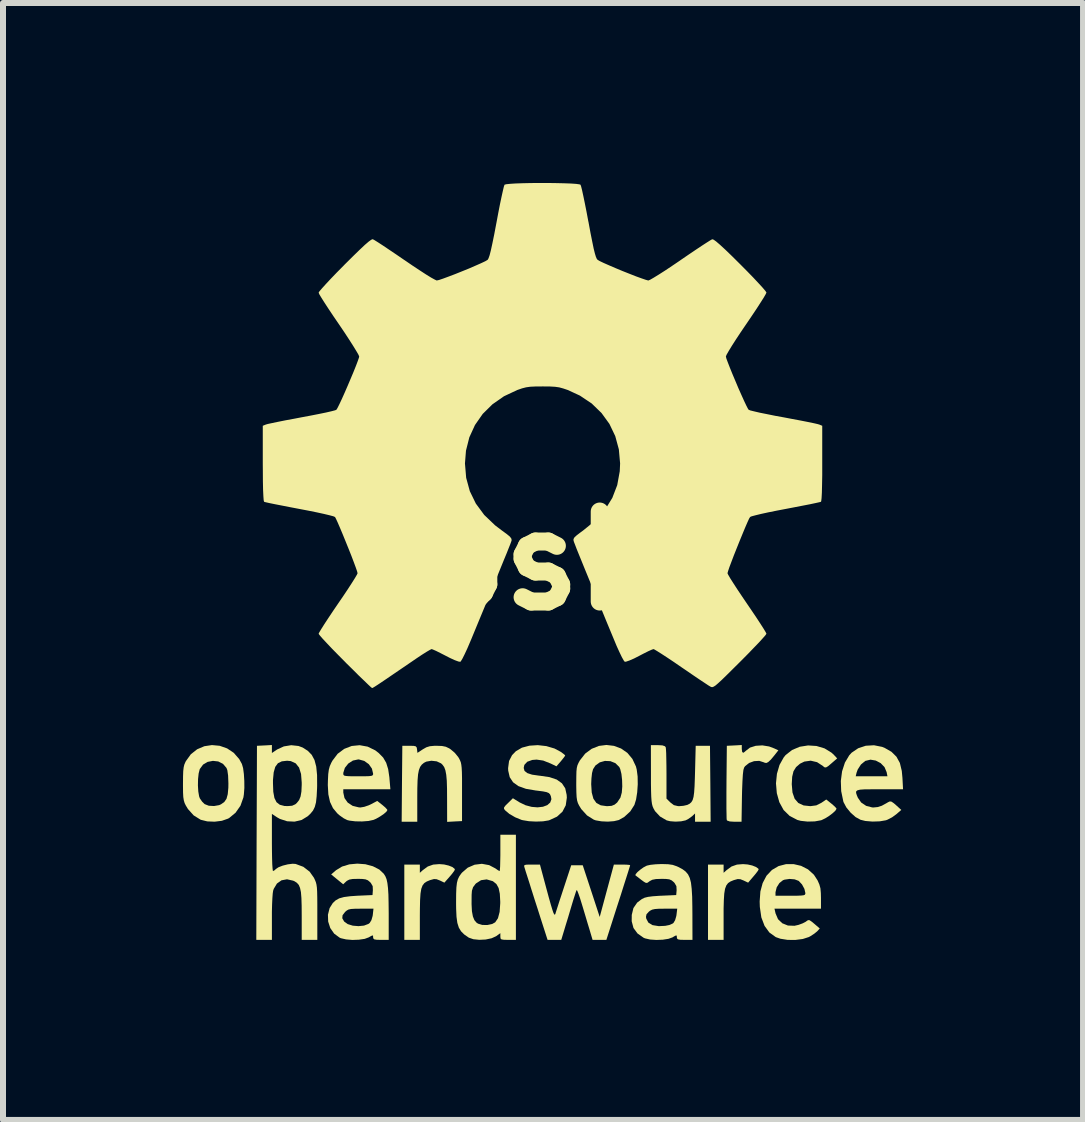
<source format=kicad_pcb>
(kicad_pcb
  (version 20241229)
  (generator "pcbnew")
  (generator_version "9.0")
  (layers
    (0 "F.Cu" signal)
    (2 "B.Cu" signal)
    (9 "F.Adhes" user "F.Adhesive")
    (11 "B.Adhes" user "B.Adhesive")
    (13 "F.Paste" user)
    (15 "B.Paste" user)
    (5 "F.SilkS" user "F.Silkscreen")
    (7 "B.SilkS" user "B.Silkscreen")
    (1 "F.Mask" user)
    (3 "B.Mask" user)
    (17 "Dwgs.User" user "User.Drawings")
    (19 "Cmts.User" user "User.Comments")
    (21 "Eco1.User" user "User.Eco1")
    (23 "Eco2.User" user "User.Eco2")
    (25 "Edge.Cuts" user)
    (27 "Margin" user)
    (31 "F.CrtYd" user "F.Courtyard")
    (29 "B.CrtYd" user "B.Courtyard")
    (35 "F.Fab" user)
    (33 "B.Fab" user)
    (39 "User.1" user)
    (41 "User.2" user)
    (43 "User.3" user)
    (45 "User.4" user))
  (footprint "osh"
    (layer "F.Cu")
    (at 5.982 6.298)
    (property "Reference" "osh" (at 0 0 0) (layer "F.SilkS") (effects (font (size 1.5 1.5) (thickness 0.3))))
    (attr board_only exclude_from_pos_files exclude_from_bom)
    (fp_poly (pts (xy -1.63 5.061) (xy -1.554 5.079) (xy -1.491 5.104) (xy -1.455 5.133) (xy -1.45 5.147) (xy -1.463 5.171) (xy -1.497 5.217) (xy -1.537 5.264) (xy -1.625 5.364) (xy -1.7 5.328) (xy -1.754 5.307) (xy -1.798 5.304) (xy -1.857 5.32) (xy -1.867 5.323) (xy -1.919 5.345) (xy -1.959 5.372) (xy -1.989 5.411) (xy -2.01 5.467) (xy -2.023 5.546) (xy -2.03 5.654) (xy -2.033 5.795) (xy -2.034 5.912) (xy -2.034 6.318) (xy -2.164 6.318) (xy -2.293 6.318) (xy -2.293 5.69) (xy -2.293 5.063) (xy -2.164 5.063) (xy -2.034 5.063) (xy -2.034 5.131) (xy -2.034 5.2) (xy -1.985 5.156) (xy -1.902 5.095) (xy -1.811 5.063) (xy -1.709 5.055)) (stroke (width 0) (type solid)) (fill yes) (layer "F.SilkS"))
    (fp_poly (pts (xy 3.43 5.061) (xy 3.506 5.078) (xy 3.569 5.103) (xy 3.607 5.13) (xy 3.613 5.144) (xy 3.6 5.168) (xy 3.566 5.213) (xy 3.525 5.262) (xy 3.438 5.364) (xy 3.362 5.328) (xy 3.309 5.307) (xy 3.264 5.304) (xy 3.206 5.32) (xy 3.196 5.323) (xy 3.143 5.345) (xy 3.103 5.372) (xy 3.074 5.411) (xy 3.053 5.467) (xy 3.04 5.546) (xy 3.033 5.654) (xy 3.029 5.795) (xy 3.029 5.912) (xy 3.029 6.318) (xy 2.899 6.318) (xy 2.769 6.318) (xy 2.769 5.69) (xy 2.769 5.063) (xy 2.899 5.063) (xy 3.029 5.063) (xy 3.029 5.131) (xy 3.029 5.2) (xy 3.078 5.156) (xy 3.161 5.095) (xy 3.252 5.063) (xy 3.353 5.055)) (stroke (width 0) (type solid)) (fill yes) (layer "F.SilkS"))
    (fp_poly (pts (xy 3.332 3.136) (xy 3.339 3.188) (xy 3.361 3.199) (xy 3.397 3.169) (xy 3.4 3.166) (xy 3.469 3.113) (xy 3.565 3.083) (xy 3.675 3.076) (xy 3.787 3.094) (xy 3.848 3.116) (xy 3.942 3.158) (xy 3.876 3.242) (xy 3.816 3.314) (xy 3.772 3.355) (xy 3.739 3.37) (xy 3.708 3.363) (xy 3.698 3.358) (xy 3.623 3.334) (xy 3.536 3.339) (xy 3.452 3.37) (xy 3.387 3.423) (xy 3.371 3.446) (xy 3.359 3.486) (xy 3.35 3.562) (xy 3.343 3.677) (xy 3.337 3.832) (xy 3.335 3.921) (xy 3.328 4.349) (xy 3.21 4.349) (xy 3.132 4.344) (xy 3.088 4.329) (xy 3.082 4.321) (xy 3.079 4.293) (xy 3.078 4.228) (xy 3.076 4.131) (xy 3.076 4.008) (xy 3.076 3.865) (xy 3.077 3.707) (xy 3.077 3.689) (xy 3.083 3.083) (xy 3.207 3.077) (xy 3.332 3.07)) (stroke (width 0) (type solid)) (fill yes) (layer "F.SilkS"))
    (fp_poly (pts (xy -2.138 3.084) (xy -2.102 3.092) (xy -2.086 3.112) (xy -2.081 3.142) (xy -2.074 3.201) (xy -1.985 3.142) (xy -1.926 3.108) (xy -1.867 3.09) (xy -1.791 3.083) (xy -1.752 3.083) (xy -1.665 3.086) (xy -1.601 3.099) (xy -1.544 3.126) (xy -1.519 3.143) (xy -1.452 3.2) (xy -1.394 3.271) (xy -1.38 3.294) (xy -1.364 3.326) (xy -1.351 3.359) (xy -1.343 3.398) (xy -1.337 3.45) (xy -1.333 3.522) (xy -1.331 3.62) (xy -1.331 3.75) (xy -1.331 3.862) (xy -1.331 4.338) (xy -1.455 4.344) (xy -1.579 4.351) (xy -1.58 3.966) (xy -1.581 3.797) (xy -1.585 3.665) (xy -1.594 3.566) (xy -1.608 3.492) (xy -1.628 3.438) (xy -1.656 3.399) (xy -1.68 3.376) (xy -1.753 3.342) (xy -1.842 3.332) (xy -1.927 3.347) (xy -1.966 3.367) (xy -2.003 3.398) (xy -2.03 3.436) (xy -2.05 3.489) (xy -2.064 3.561) (xy -2.072 3.659) (xy -2.076 3.789) (xy -2.077 3.948) (xy -2.077 4.349) (xy -2.207 4.349) (xy -2.337 4.349) (xy -2.332 3.716) (xy -2.326 3.083) (xy -2.207 3.083)) (stroke (width 0) (type solid)) (fill yes) (layer "F.SilkS"))
    (fp_poly (pts (xy 2.009 3.076) (xy 2.05 3.09) (xy 2.064 3.106) (xy 2.068 3.138) (xy 2.072 3.206) (xy 2.074 3.302) (xy 2.076 3.419) (xy 2.077 3.549) (xy 2.077 3.552) (xy 2.077 3.963) (xy 2.14 4.026) (xy 2.2 4.072) (xy 2.267 4.088) (xy 2.291 4.089) (xy 2.361 4.083) (xy 2.421 4.069) (xy 2.429 4.066) (xy 2.465 4.047) (xy 2.492 4.022) (xy 2.513 3.987) (xy 2.528 3.934) (xy 2.538 3.859) (xy 2.545 3.756) (xy 2.55 3.619) (xy 2.553 3.516) (xy 2.564 3.083) (xy 2.683 3.083) (xy 2.802 3.083) (xy 2.808 3.716) (xy 2.813 4.349) (xy 2.683 4.349) (xy 2.553 4.349) (xy 2.553 4.28) (xy 2.553 4.211) (xy 2.504 4.257) (xy 2.446 4.299) (xy 2.395 4.326) (xy 2.32 4.342) (xy 2.227 4.347) (xy 2.137 4.34) (xy 2.08 4.326) (xy 1.969 4.261) (xy 1.886 4.172) (xy 1.859 4.124) (xy 1.845 4.09) (xy 1.835 4.051) (xy 1.828 4) (xy 1.823 3.931) (xy 1.82 3.838) (xy 1.818 3.714) (xy 1.818 3.554) (xy 1.817 3.072) (xy 1.934 3.072)) (stroke (width 0) (type solid)) (fill yes) (layer "F.SilkS"))
    (fp_poly (pts (xy 4.577 3.086) (xy 4.711 3.126) (xy 4.827 3.197) (xy 4.869 3.236) (xy 4.922 3.293) (xy 4.825 3.377) (xy 4.771 3.423) (xy 4.737 3.443) (xy 4.714 3.443) (xy 4.688 3.424) (xy 4.685 3.42) (xy 4.587 3.356) (xy 4.481 3.331) (xy 4.375 3.346) (xy 4.303 3.381) (xy 4.237 3.438) (xy 4.194 3.507) (xy 4.172 3.599) (xy 4.165 3.722) (xy 4.177 3.861) (xy 4.213 3.965) (xy 4.274 4.036) (xy 4.363 4.077) (xy 4.475 4.089) (xy 4.574 4.076) (xy 4.658 4.034) (xy 4.74 3.978) (xy 4.825 4.046) (xy 4.875 4.089) (xy 4.906 4.122) (xy 4.911 4.133) (xy 4.894 4.162) (xy 4.85 4.204) (xy 4.79 4.25) (xy 4.725 4.291) (xy 4.667 4.319) (xy 4.655 4.324) (xy 4.549 4.343) (xy 4.429 4.346) (xy 4.316 4.334) (xy 4.259 4.319) (xy 4.13 4.252) (xy 4.029 4.153) (xy 3.958 4.023) (xy 3.916 3.873) (xy 3.902 3.709) (xy 3.918 3.549) (xy 3.961 3.402) (xy 4.03 3.278) (xy 4.063 3.237) (xy 4.17 3.153) (xy 4.298 3.099) (xy 4.437 3.077)) (stroke (width 0) (type solid)) (fill yes) (layer "F.SilkS"))
    (fp_poly (pts (xy 1.201 3.084) (xy 1.32 3.128) (xy 1.425 3.201) (xy 1.509 3.302) (xy 1.568 3.428) (xy 1.581 3.479) (xy 1.596 3.594) (xy 1.598 3.725) (xy 1.589 3.858) (xy 1.57 3.978) (xy 1.542 4.069) (xy 1.473 4.177) (xy 1.374 4.268) (xy 1.283 4.32) (xy 1.203 4.339) (xy 1.1 4.347) (xy 0.993 4.342) (xy 0.899 4.326) (xy 0.865 4.314) (xy 0.752 4.243) (xy 0.656 4.137) (xy 0.62 4.078) (xy 0.6 4.037) (xy 0.587 3.993) (xy 0.579 3.937) (xy 0.575 3.859) (xy 0.573 3.75) (xy 0.573 3.722) (xy 0.822 3.722) (xy 0.831 3.862) (xy 0.859 3.965) (xy 0.908 4.035) (xy 0.981 4.075) (xy 1.081 4.089) (xy 1.088 4.089) (xy 1.162 4.084) (xy 1.213 4.063) (xy 1.255 4.028) (xy 1.309 3.947) (xy 1.332 3.863) (xy 1.34 3.762) (xy 1.337 3.653) (xy 1.326 3.552) (xy 1.306 3.471) (xy 1.29 3.436) (xy 1.225 3.372) (xy 1.142 3.339) (xy 1.051 3.335) (xy 0.965 3.359) (xy 0.893 3.411) (xy 0.853 3.473) (xy 0.836 3.537) (xy 0.826 3.628) (xy 0.822 3.722) (xy 0.573 3.722) (xy 0.573 3.71) (xy 0.574 3.594) (xy 0.576 3.511) (xy 0.582 3.452) (xy 0.593 3.407) (xy 0.611 3.367) (xy 0.633 3.327) (xy 0.722 3.213) (xy 0.83 3.133) (xy 0.95 3.085) (xy 1.076 3.069)) (stroke (width 0) (type solid)) (fill yes) (layer "F.SilkS"))
    (fp_poly (pts (xy 5.672 3.101) (xy 5.712 3.117) (xy 5.827 3.183) (xy 5.91 3.265) (xy 5.967 3.369) (xy 5.999 3.502) (xy 6.01 3.619) (xy 6.02 3.808) (xy 5.628 3.808) (xy 5.483 3.808) (xy 5.377 3.809) (xy 5.304 3.814) (xy 5.26 3.825) (xy 5.239 3.842) (xy 5.237 3.868) (xy 5.249 3.906) (xy 5.267 3.949) (xy 5.322 4.028) (xy 5.405 4.084) (xy 5.505 4.11) (xy 5.528 4.111) (xy 5.598 4.104) (xy 5.666 4.082) (xy 5.748 4.037) (xy 5.769 4.024) (xy 5.8 4.01) (xy 5.828 4.014) (xy 5.867 4.041) (xy 5.904 4.073) (xy 5.991 4.152) (xy 5.906 4.225) (xy 5.837 4.275) (xy 5.764 4.313) (xy 5.736 4.324) (xy 5.632 4.342) (xy 5.511 4.346) (xy 5.392 4.336) (xy 5.311 4.316) (xy 5.229 4.271) (xy 5.146 4.197) (xy 5.074 4.109) (xy 5.027 4.02) (xy 5.024 4.008) (xy 4.989 3.839) (xy 4.983 3.669) (xy 4.993 3.591) (xy 5.231 3.591) (xy 5.496 3.591) (xy 5.76 3.591) (xy 5.746 3.521) (xy 5.711 3.438) (xy 5.647 3.372) (xy 5.565 3.329) (xy 5.477 3.314) (xy 5.394 3.334) (xy 5.389 3.336) (xy 5.318 3.395) (xy 5.264 3.479) (xy 5.245 3.532) (xy 5.231 3.591) (xy 4.993 3.591) (xy 5.004 3.508) (xy 5.051 3.363) (xy 5.123 3.242) (xy 5.163 3.198) (xy 5.272 3.124) (xy 5.399 3.082) (xy 5.536 3.074)) (stroke (width 0) (type solid)) (fill yes) (layer "F.SilkS"))
    (fp_poly (pts (xy -5.37 3.083) (xy -5.247 3.126) (xy -5.136 3.2) (xy -5.045 3.304) (xy -5 3.386) (xy -4.98 3.455) (xy -4.967 3.554) (xy -4.96 3.669) (xy -4.959 3.786) (xy -4.967 3.892) (xy -4.975 3.944) (xy -5.024 4.082) (xy -5.106 4.199) (xy -5.214 4.288) (xy -5.234 4.298) (xy -5.334 4.333) (xy -5.454 4.348) (xy -5.577 4.343) (xy -5.682 4.317) (xy -5.69 4.314) (xy -5.804 4.243) (xy -5.899 4.137) (xy -5.935 4.078) (xy -5.955 4.037) (xy -5.968 3.993) (xy -5.977 3.937) (xy -5.981 3.859) (xy -5.982 3.75) (xy -5.982 3.744) (xy -5.733 3.744) (xy -5.727 3.844) (xy -5.713 3.926) (xy -5.701 3.959) (xy -5.662 4.015) (xy -5.621 4.055) (xy -5.552 4.082) (xy -5.465 4.087) (xy -5.379 4.072) (xy -5.348 4.058) (xy -5.294 4.02) (xy -5.257 3.967) (xy -5.236 3.89) (xy -5.226 3.782) (xy -5.225 3.71) (xy -5.23 3.579) (xy -5.243 3.488) (xy -5.257 3.452) (xy -5.315 3.384) (xy -5.394 3.344) (xy -5.483 3.334) (xy -5.571 3.351) (xy -5.647 3.396) (xy -5.7 3.468) (xy -5.703 3.473) (xy -5.721 3.544) (xy -5.731 3.639) (xy -5.733 3.744) (xy -5.982 3.744) (xy -5.982 3.71) (xy -5.981 3.591) (xy -5.978 3.505) (xy -5.971 3.444) (xy -5.96 3.397) (xy -5.942 3.355) (xy -5.934 3.339) (xy -5.851 3.224) (xy -5.746 3.141) (xy -5.626 3.09) (xy -5.499 3.071)) (stroke (width 0) (type solid)) (fill yes) (layer "F.SilkS"))
    (fp_poly (pts (xy 4.321 5.084) (xy 4.436 5.143) (xy 4.534 5.232) (xy 4.595 5.326) (xy 4.625 5.394) (xy 4.643 5.459) (xy 4.65 5.538) (xy 4.652 5.619) (xy 4.652 5.798) (xy 4.264 5.798) (xy 3.877 5.798) (xy 3.895 5.877) (xy 3.936 5.973) (xy 4.007 6.041) (xy 4.101 6.079) (xy 4.21 6.083) (xy 4.277 6.068) (xy 4.345 6.043) (xy 4.399 6.015) (xy 4.412 6.005) (xy 4.436 5.989) (xy 4.462 5.99) (xy 4.499 6.015) (xy 4.541 6.05) (xy 4.632 6.128) (xy 4.588 6.176) (xy 4.54 6.215) (xy 4.475 6.257) (xy 4.449 6.271) (xy 4.349 6.303) (xy 4.225 6.319) (xy 4.096 6.318) (xy 3.976 6.299) (xy 3.899 6.272) (xy 3.792 6.195) (xy 3.712 6.085) (xy 3.658 5.943) (xy 3.633 5.769) (xy 3.63 5.679) (xy 3.641 5.526) (xy 3.894 5.526) (xy 3.894 5.582) (xy 4.143 5.582) (xy 4.25 5.582) (xy 4.321 5.579) (xy 4.363 5.574) (xy 4.384 5.565) (xy 4.391 5.549) (xy 4.392 5.538) (xy 4.376 5.468) (xy 4.336 5.394) (xy 4.283 5.337) (xy 4.279 5.334) (xy 4.213 5.309) (xy 4.128 5.302) (xy 4.045 5.314) (xy 4.018 5.324) (xy 3.959 5.371) (xy 3.914 5.442) (xy 3.895 5.519) (xy 3.894 5.526) (xy 3.641 5.526) (xy 3.642 5.511) (xy 3.68 5.371) (xy 3.744 5.249) (xy 3.834 5.153) (xy 3.945 5.088) (xy 4.068 5.056) (xy 4.196 5.055)) (stroke (width 0) (type solid)) (fill yes) (layer "F.SilkS"))
    (fp_poly (pts (xy 0.074 3.088) (xy 0.21 3.128) (xy 0.315 3.184) (xy 0.361 3.218) (xy 0.387 3.241) (xy 0.388 3.245) (xy 0.375 3.267) (xy 0.342 3.309) (xy 0.316 3.341) (xy 0.243 3.425) (xy 0.148 3.379) (xy 0.022 3.329) (xy -0.088 3.313) (xy -0.161 3.319) (xy -0.244 3.349) (xy -0.292 3.401) (xy -0.303 3.452) (xy -0.289 3.502) (xy -0.243 3.538) (xy -0.164 3.564) (xy -0.045 3.581) (xy -0.032 3.582) (xy 0.126 3.605) (xy 0.248 3.646) (xy 0.334 3.708) (xy 0.389 3.791) (xy 0.413 3.9) (xy 0.416 3.947) (xy 0.398 4.075) (xy 0.343 4.181) (xy 0.252 4.264) (xy 0.129 4.321) (xy 0.111 4.327) (xy 0.018 4.342) (xy -0.098 4.346) (xy -0.216 4.34) (xy -0.318 4.323) (xy -0.339 4.318) (xy -0.444 4.275) (xy -0.541 4.219) (xy -0.612 4.159) (xy -0.612 4.159) (xy -0.631 4.134) (xy -0.63 4.11) (xy -0.605 4.077) (xy -0.565 4.038) (xy -0.483 3.957) (xy -0.37 4.027) (xy -0.272 4.074) (xy -0.17 4.101) (xy -0.072 4.109) (xy 0.018 4.099) (xy 0.09 4.072) (xy 0.139 4.029) (xy 0.159 3.973) (xy 0.15 3.924) (xy 0.136 3.892) (xy 0.114 3.87) (xy 0.078 3.855) (xy 0.018 3.843) (xy -0.075 3.831) (xy -0.102 3.828) (xy -0.266 3.8) (xy -0.391 3.755) (xy -0.48 3.691) (xy -0.536 3.606) (xy -0.561 3.498) (xy -0.563 3.456) (xy -0.547 3.336) (xy -0.497 3.239) (xy -0.433 3.173) (xy -0.332 3.114) (xy -0.207 3.081) (xy -0.068 3.072)) (stroke (width 0) (type solid)) (fill yes) (layer "F.SilkS"))
    (fp_poly (pts (xy -0.433 5.441) (xy -0.433 6.318) (xy -0.563 6.318) (xy -0.634 6.316) (xy -0.673 6.31) (xy -0.689 6.295) (xy -0.692 6.265) (xy -0.692 6.262) (xy -0.692 6.206) (xy -0.763 6.257) (xy -0.838 6.291) (xy -0.937 6.312) (xy -1.043 6.317) (xy -1.142 6.307) (xy -1.218 6.281) (xy -1.222 6.278) (xy -1.294 6.228) (xy -1.347 6.175) (xy -1.384 6.114) (xy -1.409 6.035) (xy -1.423 5.933) (xy -1.429 5.801) (xy -1.43 5.721) (xy -1.172 5.721) (xy -1.166 5.84) (xy -1.15 5.927) (xy -1.125 5.989) (xy -1.088 6.032) (xy -1.063 6.048) (xy -0.993 6.069) (xy -0.908 6.07) (xy -0.828 6.053) (xy -0.778 6.025) (xy -0.732 5.957) (xy -0.704 5.851) (xy -0.694 5.707) (xy -0.694 5.679) (xy -0.701 5.549) (xy -0.721 5.454) (xy -0.758 5.387) (xy -0.814 5.342) (xy -0.822 5.338) (xy -0.92 5.31) (xy -1.014 5.323) (xy -1.098 5.377) (xy -1.109 5.389) (xy -1.147 5.44) (xy -1.166 5.499) (xy -1.171 5.566) (xy -1.172 5.721) (xy -1.43 5.721) (xy -1.43 5.69) (xy -1.429 5.55) (xy -1.425 5.446) (xy -1.416 5.368) (xy -1.401 5.309) (xy -1.378 5.261) (xy -1.346 5.215) (xy -1.33 5.196) (xy -1.235 5.114) (xy -1.121 5.065) (xy -1 5.05) (xy -0.879 5.072) (xy -0.776 5.126) (xy -0.733 5.156) (xy -0.706 5.171) (xy -0.704 5.171) (xy -0.7 5.151) (xy -0.696 5.095) (xy -0.694 5.011) (xy -0.692 4.907) (xy -0.692 4.868) (xy -0.692 4.565) (xy -0.563 4.565) (xy -0.433 4.565)) (stroke (width 0) (type solid)) (fill yes) (layer "F.SilkS"))
    (fp_poly (pts (xy 0.074 5.458) (xy 0.116 5.613) (xy 0.149 5.73) (xy 0.174 5.813) (xy 0.192 5.866) (xy 0.206 5.893) (xy 0.216 5.898) (xy 0.225 5.885) (xy 0.228 5.873) (xy 0.239 5.838) (xy 0.261 5.77) (xy 0.291 5.676) (xy 0.328 5.564) (xy 0.365 5.451) (xy 0.489 5.074) (xy 0.585 5.074) (xy 0.681 5.074) (xy 0.823 5.505) (xy 0.964 5.936) (xy 1.082 5.499) (xy 1.2 5.063) (xy 1.335 5.063) (xy 1.406 5.064) (xy 1.455 5.068) (xy 1.471 5.072) (xy 1.468 5.087) (xy 1.456 5.125) (xy 1.436 5.19) (xy 1.406 5.284) (xy 1.366 5.409) (xy 1.316 5.568) (xy 1.253 5.762) (xy 1.178 5.996) (xy 1.174 6.009) (xy 1.075 6.318) (xy 0.96 6.318) (xy 0.845 6.318) (xy 0.792 6.139) (xy 0.762 6.041) (xy 0.726 5.92) (xy 0.688 5.793) (xy 0.664 5.714) (xy 0.635 5.62) (xy 0.609 5.547) (xy 0.59 5.499) (xy 0.579 5.487) (xy 0.579 5.487) (xy 0.568 5.515) (xy 0.549 5.574) (xy 0.523 5.655) (xy 0.509 5.701) (xy 0.475 5.815) (xy 0.436 5.947) (xy 0.397 6.073) (xy 0.387 6.107) (xy 0.323 6.318) (xy 0.209 6.318) (xy 0.095 6.318) (xy 0.013 6.063) (xy -0.025 5.945) (xy -0.07 5.803) (xy -0.119 5.652) (xy -0.164 5.509) (xy -0.172 5.485) (xy -0.208 5.369) (xy -0.241 5.266) (xy -0.268 5.182) (xy -0.285 5.126) (xy -0.29 5.111) (xy -0.296 5.085) (xy -0.287 5.07) (xy -0.254 5.064) (xy -0.188 5.063) (xy -0.169 5.063) (xy -0.032 5.063)) (stroke (width 0) (type solid)) (fill yes) (layer "F.SilkS"))
    (fp_poly (pts (xy -2.904 3.097) (xy -2.777 3.159) (xy -2.718 3.205) (xy -2.645 3.28) (xy -2.595 3.366) (xy -2.562 3.472) (xy -2.542 3.608) (xy -2.54 3.634) (xy -2.525 3.808) (xy -2.918 3.808) (xy -3.31 3.808) (xy -3.31 3.863) (xy -3.29 3.954) (xy -3.236 4.03) (xy -3.154 4.084) (xy -3.052 4.109) (xy -3.024 4.111) (xy -2.96 4.1) (xy -2.884 4.074) (xy -2.846 4.056) (xy -2.744 4.002) (xy -2.659 4.069) (xy -2.61 4.111) (xy -2.58 4.144) (xy -2.575 4.155) (xy -2.592 4.182) (xy -2.637 4.221) (xy -2.698 4.262) (xy -2.763 4.299) (xy -2.807 4.318) (xy -2.89 4.336) (xy -2.997 4.344) (xy -3.109 4.342) (xy -3.208 4.33) (xy -3.244 4.321) (xy -3.302 4.292) (xy -3.37 4.244) (xy -3.41 4.209) (xy -3.482 4.122) (xy -3.531 4.019) (xy -3.559 3.893) (xy -3.568 3.738) (xy -3.566 3.658) (xy -3.561 3.555) (xy -3.56 3.547) (xy -3.31 3.547) (xy -3.308 3.566) (xy -3.296 3.579) (xy -3.266 3.586) (xy -3.213 3.59) (xy -3.127 3.591) (xy -3.061 3.591) (xy -2.955 3.591) (xy -2.884 3.589) (xy -2.841 3.584) (xy -2.82 3.574) (xy -2.813 3.559) (xy -2.813 3.547) (xy -2.833 3.463) (xy -2.885 3.389) (xy -2.961 3.335) (xy -3.048 3.311) (xy -3.061 3.31) (xy -3.15 3.329) (xy -3.227 3.379) (xy -3.284 3.451) (xy -3.31 3.534) (xy -3.31 3.547) (xy -3.56 3.547) (xy -3.551 3.481) (xy -3.535 3.422) (xy -3.509 3.364) (xy -3.491 3.331) (xy -3.404 3.216) (xy -3.294 3.134) (xy -3.17 3.086) (xy -3.037 3.073)) (stroke (width 0) (type solid)) (fill yes) (layer "F.SilkS"))
    (fp_poly (pts (xy -2.942 5.057) (xy -2.816 5.091) (xy -2.709 5.146) (xy -2.635 5.216) (xy -2.609 5.257) (xy -2.589 5.306) (xy -2.575 5.37) (xy -2.565 5.453) (xy -2.558 5.562) (xy -2.555 5.703) (xy -2.553 5.879) (xy -2.553 6.318) (xy -2.683 6.318) (xy -2.755 6.316) (xy -2.795 6.309) (xy -2.81 6.293) (xy -2.813 6.275) (xy -2.814 6.248) (xy -2.827 6.244) (xy -2.862 6.262) (xy -2.883 6.275) (xy -2.953 6.301) (xy -3.05 6.315) (xy -3.159 6.319) (xy -3.264 6.31) (xy -3.351 6.29) (xy -3.371 6.281) (xy -3.462 6.214) (xy -3.527 6.121) (xy -3.562 6.013) (xy -3.564 5.957) (xy -3.327 5.957) (xy -3.295 6.013) (xy -3.293 6.014) (xy -3.236 6.055) (xy -3.152 6.081) (xy -3.057 6.089) (xy -2.965 6.08) (xy -2.891 6.052) (xy -2.87 6.036) (xy -2.841 5.989) (xy -2.821 5.919) (xy -2.818 5.898) (xy -2.807 5.798) (xy -3.016 5.798) (xy -3.115 5.799) (xy -3.18 5.803) (xy -3.223 5.812) (xy -3.253 5.829) (xy -3.279 5.851) (xy -3.322 5.907) (xy -3.327 5.957) (xy -3.564 5.957) (xy -3.566 5.899) (xy -3.538 5.788) (xy -3.485 5.704) (xy -3.437 5.659) (xy -3.378 5.626) (xy -3.299 5.604) (xy -3.192 5.59) (xy -3.072 5.582) (xy -2.823 5.571) (xy -2.817 5.49) (xy -2.82 5.422) (xy -2.851 5.369) (xy -2.864 5.355) (xy -2.9 5.325) (xy -2.94 5.309) (xy -2.998 5.302) (xy -3.067 5.301) (xy -3.154 5.303) (xy -3.21 5.313) (xy -3.25 5.334) (xy -3.264 5.346) (xy -3.312 5.391) (xy -3.412 5.309) (xy -3.512 5.227) (xy -3.431 5.157) (xy -3.331 5.096) (xy -3.209 5.059) (xy -3.076 5.047)) (stroke (width 0) (type solid)) (fill yes) (layer "F.SilkS"))
    (fp_poly (pts (xy 2.105 5.057) (xy 2.181 5.068) (xy 2.248 5.091) (xy 2.283 5.107) (xy 2.347 5.142) (xy 2.397 5.18) (xy 2.436 5.226) (xy 2.465 5.286) (xy 2.485 5.364) (xy 2.497 5.466) (xy 2.505 5.597) (xy 2.508 5.763) (xy 2.509 5.89) (xy 2.51 6.318) (xy 2.38 6.318) (xy 2.307 6.316) (xy 2.268 6.309) (xy 2.252 6.293) (xy 2.25 6.275) (xy 2.248 6.248) (xy 2.235 6.244) (xy 2.2 6.262) (xy 2.18 6.275) (xy 2.111 6.3) (xy 2.015 6.315) (xy 1.908 6.319) (xy 1.804 6.312) (xy 1.721 6.293) (xy 1.698 6.284) (xy 1.594 6.211) (xy 1.527 6.12) (xy 1.497 6.007) (xy 1.498 5.934) (xy 1.735 5.934) (xy 1.74 5.964) (xy 1.775 6.03) (xy 1.844 6.072) (xy 1.949 6.089) (xy 2.055 6.084) (xy 2.125 6.07) (xy 2.181 6.045) (xy 2.193 6.036) (xy 2.221 5.989) (xy 2.241 5.919) (xy 2.244 5.898) (xy 2.256 5.798) (xy 2.049 5.798) (xy 1.949 5.799) (xy 1.883 5.804) (xy 1.838 5.814) (xy 1.805 5.831) (xy 1.783 5.848) (xy 1.744 5.891) (xy 1.735 5.934) (xy 1.498 5.934) (xy 1.498 5.902) (xy 1.526 5.787) (xy 1.589 5.696) (xy 1.668 5.636) (xy 1.713 5.615) (xy 1.77 5.601) (xy 1.85 5.591) (xy 1.961 5.583) (xy 1.99 5.582) (xy 2.239 5.571) (xy 2.246 5.49) (xy 2.242 5.422) (xy 2.211 5.369) (xy 2.198 5.355) (xy 2.163 5.326) (xy 2.124 5.309) (xy 2.066 5.302) (xy 1.994 5.301) (xy 1.902 5.304) (xy 1.84 5.316) (xy 1.797 5.339) (xy 1.793 5.342) (xy 1.762 5.365) (xy 1.736 5.369) (xy 1.703 5.351) (xy 1.655 5.316) (xy 1.604 5.276) (xy 1.568 5.249) (xy 1.559 5.242) (xy 1.563 5.223) (xy 1.593 5.188) (xy 1.64 5.148) (xy 1.693 5.11) (xy 1.742 5.084) (xy 1.751 5.08) (xy 1.81 5.067) (xy 1.896 5.058) (xy 1.99 5.054) (xy 2.003 5.054)) (stroke (width 0) (type solid)) (fill yes) (layer "F.SilkS"))
    (fp_poly (pts (xy -4.5 3.136) (xy -4.5 3.203) (xy -4.412 3.144) (xy -4.301 3.093) (xy -4.178 3.073) (xy -4.057 3.086) (xy -3.987 3.112) (xy -3.901 3.167) (xy -3.836 3.234) (xy -3.79 3.32) (xy -3.761 3.43) (xy -3.747 3.571) (xy -3.746 3.746) (xy -3.747 3.788) (xy -3.754 3.924) (xy -3.765 4.026) (xy -3.785 4.102) (xy -3.815 4.163) (xy -3.859 4.216) (xy -3.904 4.258) (xy -4.004 4.319) (xy -4.122 4.347) (xy -4.246 4.341) (xy -4.366 4.302) (xy -4.414 4.275) (xy -4.5 4.218) (xy -4.5 4.695) (xy -4.499 4.833) (xy -4.497 4.955) (xy -4.494 5.056) (xy -4.489 5.128) (xy -4.484 5.167) (xy -4.481 5.171) (xy -4.453 5.156) (xy -4.435 5.138) (xy -4.391 5.108) (xy -4.319 5.08) (xy -4.235 5.059) (xy -4.156 5.049) (xy -4.105 5.052) (xy -3.976 5.1) (xy -3.871 5.181) (xy -3.799 5.283) (xy -3.781 5.322) (xy -3.767 5.357) (xy -3.757 5.396) (xy -3.75 5.446) (xy -3.746 5.513) (xy -3.744 5.604) (xy -3.743 5.726) (xy -3.743 5.857) (xy -3.743 6.318) (xy -3.873 6.318) (xy -4.003 6.318) (xy -4.003 5.917) (xy -4.004 5.75) (xy -4.008 5.62) (xy -4.016 5.523) (xy -4.031 5.452) (xy -4.052 5.402) (xy -4.083 5.367) (xy -4.123 5.341) (xy -4.146 5.331) (xy -4.248 5.308) (xy -4.34 5.325) (xy -4.416 5.379) (xy -4.469 5.467) (xy -4.479 5.497) (xy -4.486 5.543) (xy -4.492 5.623) (xy -4.497 5.729) (xy -4.5 5.851) (xy -4.5 5.944) (xy -4.5 6.318) (xy -4.63 6.318) (xy -4.76 6.318) (xy -4.755 4.7) (xy -4.751 3.71) (xy -4.482 3.71) (xy -4.477 3.85) (xy -4.458 3.953) (xy -4.423 4.023) (xy -4.368 4.066) (xy -4.291 4.086) (xy -4.238 4.088) (xy -4.163 4.082) (xy -4.11 4.058) (xy -4.084 4.035) (xy -4.046 3.987) (xy -4.022 3.927) (xy -4.008 3.846) (xy -4.003 3.735) (xy -4.003 3.696) (xy -4.014 3.553) (xy -4.047 3.446) (xy -4.104 3.375) (xy -4.185 3.338) (xy -4.247 3.332) (xy -4.335 3.342) (xy -4.4 3.374) (xy -4.444 3.434) (xy -4.47 3.525) (xy -4.482 3.652) (xy -4.482 3.71) (xy -4.751 3.71) (xy -4.749 3.083) (xy -4.625 3.077) (xy -4.5 3.07)) (stroke (width 0) (type solid)) (fill yes) (layer "F.SilkS"))
    (fp_poly (pts (xy 0.102 -6.298) (xy 0.243 -6.296) (xy 0.372 -6.293) (xy 0.484 -6.289) (xy 0.571 -6.283) (xy 0.627 -6.275) (xy 0.644 -6.269) (xy 0.654 -6.241) (xy 0.67 -6.177) (xy 0.691 -6.081) (xy 0.716 -5.96) (xy 0.744 -5.819) (xy 0.773 -5.664) (xy 0.777 -5.647) (xy 0.811 -5.463) (xy 0.84 -5.318) (xy 0.863 -5.206) (xy 0.883 -5.125) (xy 0.9 -5.069) (xy 0.915 -5.034) (xy 0.928 -5.018) (xy 0.963 -4.997) (xy 1.03 -4.965) (xy 1.121 -4.925) (xy 1.228 -4.879) (xy 1.343 -4.831) (xy 1.459 -4.785) (xy 1.568 -4.742) (xy 1.662 -4.708) (xy 1.732 -4.684) (xy 1.772 -4.673) (xy 1.775 -4.673) (xy 1.804 -4.685) (xy 1.863 -4.719) (xy 1.948 -4.771) (xy 2.053 -4.838) (xy 2.173 -4.918) (xy 2.303 -5.006) (xy 2.311 -5.012) (xy 2.441 -5.101) (xy 2.561 -5.182) (xy 2.666 -5.252) (xy 2.751 -5.307) (xy 2.81 -5.344) (xy 2.839 -5.36) (xy 2.84 -5.36) (xy 2.863 -5.353) (xy 2.905 -5.323) (xy 2.969 -5.268) (xy 3.057 -5.187) (xy 3.17 -5.078) (xy 3.31 -4.939) (xy 3.422 -4.826) (xy 3.524 -4.721) (xy 3.61 -4.629) (xy 3.678 -4.555) (xy 3.724 -4.501) (xy 3.743 -4.473) (xy 3.743 -4.472) (xy 3.731 -4.445) (xy 3.698 -4.388) (xy 3.646 -4.306) (xy 3.579 -4.202) (xy 3.5 -4.084) (xy 3.412 -3.954) (xy 3.405 -3.944) (xy 3.316 -3.813) (xy 3.236 -3.692) (xy 3.168 -3.586) (xy 3.115 -3.499) (xy 3.08 -3.438) (xy 3.067 -3.407) (xy 3.067 -3.406) (xy 3.075 -3.373) (xy 3.099 -3.308) (xy 3.134 -3.218) (xy 3.177 -3.112) (xy 3.226 -2.996) (xy 3.276 -2.877) (xy 3.326 -2.765) (xy 3.371 -2.665) (xy 3.409 -2.585) (xy 3.436 -2.533) (xy 3.447 -2.518) (xy 3.474 -2.507) (xy 3.539 -2.491) (xy 3.633 -2.469) (xy 3.753 -2.445) (xy 3.891 -2.417) (xy 4.024 -2.393) (xy 4.176 -2.364) (xy 4.315 -2.338) (xy 4.436 -2.314) (xy 4.533 -2.294) (xy 4.598 -2.279) (xy 4.625 -2.271) (xy 4.673 -2.251) (xy 4.673 -1.624) (xy 4.673 -1.427) (xy 4.67 -1.264) (xy 4.667 -1.136) (xy 4.662 -1.045) (xy 4.656 -0.995) (xy 4.651 -0.984) (xy 4.625 -0.977) (xy 4.562 -0.963) (xy 4.468 -0.943) (xy 4.349 -0.92) (xy 4.21 -0.893) (xy 4.064 -0.865) (xy 3.912 -0.836) (xy 3.773 -0.808) (xy 3.654 -0.782) (xy 3.56 -0.759) (xy 3.496 -0.742) (xy 3.471 -0.731) (xy 3.454 -0.703) (xy 3.426 -0.642) (xy 3.388 -0.554) (xy 3.344 -0.448) (xy 3.296 -0.331) (xy 3.247 -0.209) (xy 3.2 -0.091) (xy 3.159 0.017) (xy 3.125 0.107) (xy 3.103 0.173) (xy 3.094 0.206) (xy 3.094 0.207) (xy 3.106 0.233) (xy 3.139 0.29) (xy 3.191 0.372) (xy 3.257 0.474) (xy 3.336 0.592) (xy 3.418 0.713) (xy 3.505 0.841) (xy 3.583 0.957) (xy 3.649 1.058) (xy 3.7 1.138) (xy 3.732 1.192) (xy 3.743 1.215) (xy 3.728 1.238) (xy 3.686 1.286) (xy 3.622 1.357) (xy 3.537 1.445) (xy 3.438 1.548) (xy 3.327 1.66) (xy 3.302 1.685) (xy 3.174 1.812) (xy 3.073 1.912) (xy 2.996 1.987) (xy 2.937 2.041) (xy 2.895 2.077) (xy 2.864 2.097) (xy 2.842 2.105) (xy 2.825 2.104) (xy 2.81 2.097) (xy 2.778 2.078) (xy 2.716 2.037) (xy 2.63 1.98) (xy 2.525 1.909) (xy 2.407 1.828) (xy 2.323 1.771) (xy 2.201 1.687) (xy 2.09 1.613) (xy 1.995 1.551) (xy 1.922 1.505) (xy 1.875 1.477) (xy 1.86 1.471) (xy 1.831 1.481) (xy 1.773 1.507) (xy 1.695 1.546) (xy 1.624 1.583) (xy 1.536 1.628) (xy 1.46 1.661) (xy 1.405 1.68) (xy 1.382 1.683) (xy 1.363 1.659) (xy 1.332 1.603) (xy 1.292 1.52) (xy 1.246 1.419) (xy 1.217 1.349) (xy 1.087 1.036) (xy 0.974 0.761) (xy 0.875 0.523) (xy 0.79 0.318) (xy 0.719 0.145) (xy 0.661 0.002) (xy 0.614 -0.113) (xy 0.578 -0.202) (xy 0.553 -0.268) (xy 0.536 -0.311) (xy 0.529 -0.334) (xy 0.528 -0.335) (xy 0.527 -0.362) (xy 0.542 -0.39) (xy 0.58 -0.425) (xy 0.644 -0.474) (xy 0.688 -0.506) (xy 0.89 -0.67) (xy 1.052 -0.851) (xy 1.174 -1.049) (xy 1.256 -1.262) (xy 1.298 -1.492) (xy 1.304 -1.623) (xy 1.283 -1.858) (xy 1.223 -2.079) (xy 1.126 -2.282) (xy 0.994 -2.464) (xy 0.83 -2.623) (xy 0.634 -2.754) (xy 0.433 -2.847) (xy 0.356 -2.873) (xy 0.29 -2.891) (xy 0.221 -2.901) (xy 0.135 -2.906) (xy 0.02 -2.907) (xy 0.011 -2.907) (xy -0.107 -2.906) (xy -0.194 -2.902) (xy -0.264 -2.892) (xy -0.33 -2.875) (xy -0.405 -2.849) (xy -0.411 -2.847) (xy -0.632 -2.743) (xy -0.824 -2.609) (xy -0.986 -2.449) (xy -1.115 -2.264) (xy -1.209 -2.059) (xy -1.265 -1.837) (xy -1.282 -1.623) (xy -1.262 -1.384) (xy -1.201 -1.161) (xy -1.101 -0.955) (xy -0.961 -0.765) (xy -0.78 -0.592) (xy -0.667 -0.506) (xy -0.586 -0.447) (xy -0.536 -0.406) (xy -0.511 -0.375) (xy -0.504 -0.349) (xy -0.506 -0.335) (xy -0.513 -0.315) (xy -0.528 -0.274) (xy -0.553 -0.212) (xy -0.587 -0.126) (xy -0.633 -0.015) (xy -0.69 0.125) (xy -0.759 0.294) (xy -0.842 0.494) (xy -0.938 0.729) (xy -1.05 0.999) (xy -1.177 1.307) (xy -1.195 1.349) (xy -1.242 1.459) (xy -1.286 1.554) (xy -1.323 1.628) (xy -1.35 1.673) (xy -1.36 1.683) (xy -1.391 1.678) (xy -1.451 1.656) (xy -1.53 1.62) (xy -1.602 1.583) (xy -1.69 1.538) (xy -1.764 1.501) (xy -1.817 1.478) (xy -1.838 1.471) (xy -1.864 1.483) (xy -1.919 1.515) (xy -1.997 1.564) (xy -2.09 1.626) (xy -2.16 1.674) (xy -2.333 1.792) (xy -2.474 1.888) (xy -2.585 1.964) (xy -2.671 2.022) (xy -2.734 2.064) (xy -2.779 2.093) (xy -2.807 2.11) (xy -2.824 2.119) (xy -2.83 2.12) (xy -2.849 2.106) (xy -2.894 2.064) (xy -2.961 1.999) (xy -3.048 1.916) (xy -3.148 1.816) (xy -3.26 1.706) (xy -3.283 1.682) (xy -3.396 1.568) (xy -3.498 1.464) (xy -3.585 1.372) (xy -3.654 1.298) (xy -3.7 1.245) (xy -3.721 1.217) (xy -3.721 1.215) (xy -3.709 1.19) (xy -3.676 1.135) (xy -3.625 1.054) (xy -3.558 0.952) (xy -3.48 0.835) (xy -3.397 0.713) (xy -3.31 0.586) (xy -3.232 0.469) (xy -3.166 0.367) (xy -3.115 0.286) (xy -3.083 0.231) (xy -3.072 0.207) (xy -3.08 0.175) (xy -3.102 0.111) (xy -3.135 0.022) (xy -3.176 -0.086) (xy -3.223 -0.204) (xy -3.272 -0.325) (xy -3.32 -0.443) (xy -3.365 -0.55) (xy -3.403 -0.638) (xy -3.432 -0.701) (xy -3.448 -0.731) (xy -3.449 -0.731) (xy -3.477 -0.743) (xy -3.541 -0.76) (xy -3.637 -0.783) (xy -3.757 -0.809) (xy -3.896 -0.837) (xy -4.042 -0.865) (xy -4.194 -0.894) (xy -4.332 -0.921) (xy -4.45 -0.944) (xy -4.543 -0.963) (xy -4.605 -0.977) (xy -4.63 -0.984) (xy -4.637 -1.01) (xy -4.642 -1.077) (xy -4.647 -1.183) (xy -4.65 -1.326) (xy -4.651 -1.503) (xy -4.652 -1.624) (xy -4.652 -2.251) (xy -4.603 -2.271) (xy -4.569 -2.281) (xy -4.499 -2.296) (xy -4.398 -2.317) (xy -4.274 -2.342) (xy -4.133 -2.368) (xy -4.003 -2.393) (xy -3.853 -2.421) (xy -3.716 -2.448) (xy -3.599 -2.472) (xy -3.508 -2.493) (xy -3.447 -2.509) (xy -3.425 -2.518) (xy -3.407 -2.547) (xy -3.376 -2.609) (xy -3.335 -2.696) (xy -3.288 -2.801) (xy -3.238 -2.916) (xy -3.188 -3.034) (xy -3.14 -3.148) (xy -3.099 -3.25) (xy -3.068 -3.332) (xy -3.049 -3.387) (xy -3.045 -3.406) (xy -3.057 -3.435) (xy -3.091 -3.494) (xy -3.143 -3.579) (xy -3.21 -3.684) (xy -3.289 -3.805) (xy -3.377 -3.935) (xy -3.383 -3.944) (xy -3.472 -4.074) (xy -3.552 -4.194) (xy -3.62 -4.298) (xy -3.673 -4.382) (xy -3.708 -4.44) (xy -3.721 -4.469) (xy -3.721 -4.47) (xy -3.707 -4.493) (xy -3.665 -4.542) (xy -3.6 -4.614) (xy -3.517 -4.703) (xy -3.418 -4.806) (xy -3.307 -4.918) (xy -3.289 -4.937) (xy -3.15 -5.075) (xy -3.038 -5.184) (xy -2.951 -5.266) (xy -2.887 -5.321) (xy -2.844 -5.352) (xy -2.82 -5.361) (xy -2.819 -5.361) (xy -2.791 -5.346) (xy -2.733 -5.31) (xy -2.65 -5.256) (xy -2.546 -5.186) (xy -2.427 -5.106) (xy -2.297 -5.017) (xy -2.289 -5.012) (xy -2.159 -4.923) (xy -2.038 -4.843) (xy -1.932 -4.774) (xy -1.846 -4.721) (xy -1.784 -4.687) (xy -1.753 -4.673) (xy -1.752 -4.673) (xy -1.715 -4.681) (xy -1.647 -4.704) (xy -1.555 -4.738) (xy -1.447 -4.779) (xy -1.33 -4.826) (xy -1.214 -4.873) (xy -1.106 -4.92) (xy -1.013 -4.961) (xy -0.943 -4.994) (xy -0.906 -5.016) (xy -0.903 -5.018) (xy -0.889 -5.043) (xy -0.871 -5.094) (xy -0.85 -5.176) (xy -0.825 -5.291) (xy -0.794 -5.442) (xy -0.758 -5.632) (xy -0.755 -5.647) (xy -0.726 -5.803) (xy -0.698 -5.946) (xy -0.672 -6.069) (xy -0.65 -6.168) (xy -0.634 -6.236) (xy -0.623 -6.268) (xy -0.623 -6.269) (xy -0.595 -6.277) (xy -0.53 -6.284) (xy -0.436 -6.29) (xy -0.319 -6.294) (xy -0.186 -6.297) (xy -0.043 -6.298)) (stroke (width 0) (type solid)) (fill yes) (layer "F.SilkS")))
  (gr_rect
    (start -3 -3)
    (end 15.002 15.617)
    (stroke (width 0.1) (type default))
    (fill no)
    (layer "Edge.Cuts")))
</source>
